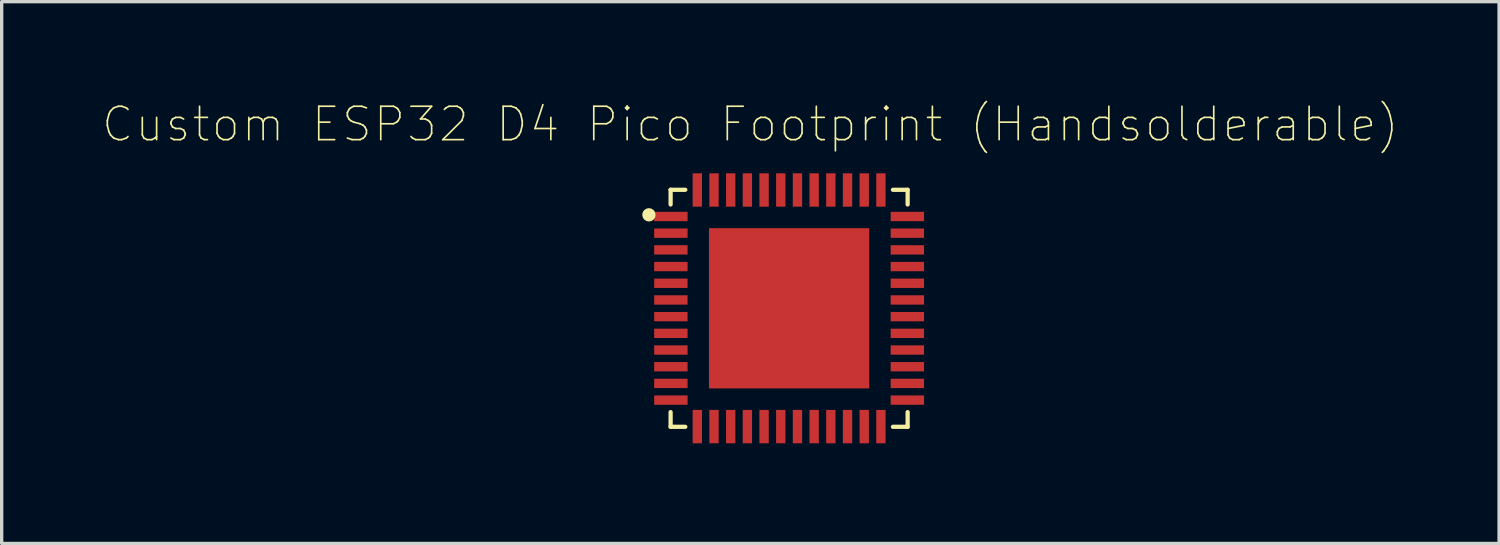
<source format=kicad_pcb>
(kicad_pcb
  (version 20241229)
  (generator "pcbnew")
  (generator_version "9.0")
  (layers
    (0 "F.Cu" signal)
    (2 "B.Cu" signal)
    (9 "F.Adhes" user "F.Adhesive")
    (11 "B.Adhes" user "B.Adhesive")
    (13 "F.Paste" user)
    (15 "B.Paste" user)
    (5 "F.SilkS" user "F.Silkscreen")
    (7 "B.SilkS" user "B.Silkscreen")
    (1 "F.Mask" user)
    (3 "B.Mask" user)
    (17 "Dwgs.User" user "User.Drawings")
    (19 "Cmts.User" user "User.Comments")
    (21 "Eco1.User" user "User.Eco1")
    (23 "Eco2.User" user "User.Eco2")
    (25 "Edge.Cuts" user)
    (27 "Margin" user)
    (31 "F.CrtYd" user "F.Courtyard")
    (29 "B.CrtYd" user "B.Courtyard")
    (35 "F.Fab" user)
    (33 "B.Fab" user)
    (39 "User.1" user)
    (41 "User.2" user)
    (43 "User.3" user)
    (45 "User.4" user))
  (footprint "Custom ESP32 D4 Pico Footprint (Handsolderable)"
    (layer "F.Cu")
    (at 20.588 6.185)
    (property "Reference" "Custom ESP32 D4 Pico Footprint (Handsolderable)" (at -1.161 -5.512 0) (layer "F.SilkS") (effects (font (size 1 1) (thickness 0.05))))
    (attr smd)
    (fp_line (start -3.55 -3.55) (end -3.11 -3.55) (stroke (width 0.127) (type solid)) (layer "F.SilkS"))
    (fp_line (start -3.55 -3.11) (end -3.55 -3.55) (stroke (width 0.127) (type solid)) (layer "F.SilkS"))
    (fp_line (start -3.55 3.11) (end -3.55 3.55) (stroke (width 0.127) (type solid)) (layer "F.SilkS"))
    (fp_line (start -3.55 3.55) (end -3.11 3.55) (stroke (width 0.127) (type solid)) (layer "F.SilkS"))
    (fp_line (start 3.55 -3.55) (end 3.11 -3.55) (stroke (width 0.127) (type solid)) (layer "F.SilkS"))
    (fp_line (start 3.55 -3.11) (end 3.55 -3.55) (stroke (width 0.127) (type solid)) (layer "F.SilkS"))
    (fp_line (start 3.55 3.11) (end 3.55 3.55) (stroke (width 0.127) (type solid)) (layer "F.SilkS"))
    (fp_line (start 3.55 3.55) (end 3.11 3.55) (stroke (width 0.127) (type solid)) (layer "F.SilkS"))
    (fp_circle (center -4.2 -2.8) (end -4.1 -2.8) (stroke (width 0.2) (type solid)) (fill no) (layer "F.SilkS"))
    (fp_poly (pts (xy -2.305 -2.305) (xy -0.395 -2.305) (xy -0.395 -0.395) (xy -2.305 -0.395)) (stroke (width 0) (type solid)) (fill yes) (layer "F.Paste"))
    (fp_poly (pts (xy -2.305 0.395) (xy -0.395 0.395) (xy -0.395 2.305) (xy -2.305 2.305)) (stroke (width 0) (type solid)) (fill yes) (layer "F.Paste"))
    (fp_poly (pts (xy 0.395 -2.305) (xy 2.305 -2.305) (xy 2.305 -0.395) (xy 0.395 -0.395)) (stroke (width 0) (type solid)) (fill yes) (layer "F.Paste"))
    (fp_poly (pts (xy 0.395 0.395) (xy 2.305 0.395) (xy 2.305 2.305) (xy 0.395 2.305)) (stroke (width 0) (type solid)) (fill yes) (layer "F.Paste"))
    (fp_line (start -3.75 -3.75) (end -3.75 3.75) (stroke (width 0.05) (type solid)) (layer "Eco1.User"))
    (fp_line (start -3.75 3.75) (end 3.75 3.75) (stroke (width 0.05) (type solid)) (layer "Eco1.User"))
    (fp_line (start 3.75 -3.75) (end -3.75 -3.75) (stroke (width 0.05) (type solid)) (layer "Eco1.User"))
    (fp_line (start 3.75 3.75) (end 3.75 -3.75) (stroke (width 0.05) (type solid)) (layer "Eco1.User"))
    (fp_line (start -3.55 -3.55) (end 3.55 -3.55) (stroke (width 0.127) (type solid)) (layer "Eco2.User"))
    (fp_line (start -3.55 3.55) (end -3.55 -3.55) (stroke (width 0.127) (type solid)) (layer "Eco2.User"))
    (fp_line (start 3.55 -3.55) (end 3.55 3.55) (stroke (width 0.127) (type solid)) (layer "Eco2.User"))
    (fp_line (start 3.55 3.55) (end -3.55 3.55) (stroke (width 0.127) (type solid)) (layer "Eco2.User"))
    (fp_circle (center -4.2 -2.8) (end -4.1 -2.8) (stroke (width 0.2) (type solid)) (fill no) (layer "Eco2.User"))
    (pad "1" smd rect (at -3.542 -2.75) (size 1 0.28) (layers "F.Cu" "F.Mask" "F.Paste"))
    (pad "2" smd rect (at -3.542 -2.25) (size 1 0.28) (layers "F.Cu" "F.Mask" "F.Paste"))
    (pad "3" smd rect (at -3.542 -1.75) (size 1 0.28) (layers "F.Cu" "F.Mask" "F.Paste"))
    (pad "4" smd rect (at -3.542 -1.25) (size 1 0.28) (layers "F.Cu" "F.Mask" "F.Paste"))
    (pad "5" smd rect (at -3.542 -0.75) (size 1 0.28) (layers "F.Cu" "F.Mask" "F.Paste"))
    (pad "6" smd rect (at -3.542 -0.25) (size 1 0.28) (layers "F.Cu" "F.Mask" "F.Paste"))
    (pad "7" smd rect (at -3.542 0.25) (size 1 0.28) (layers "F.Cu" "F.Mask" "F.Paste"))
    (pad "8" smd rect (at -3.542 0.75) (size 1 0.28) (layers "F.Cu" "F.Mask" "F.Paste"))
    (pad "9" smd rect (at -3.542 1.25) (size 1 0.28) (layers "F.Cu" "F.Mask" "F.Paste"))
    (pad "10" smd rect (at -3.542 1.75) (size 1 0.28) (layers "F.Cu" "F.Mask" "F.Paste"))
    (pad "11" smd rect (at -3.542 2.25) (size 1 0.28) (layers "F.Cu" "F.Mask" "F.Paste"))
    (pad "12" smd rect (at -3.542 2.75) (size 1 0.28) (layers "F.Cu" "F.Mask" "F.Paste"))
    (pad "13" smd rect (at -2.75 3.544 270) (size 1 0.28) (layers "F.Cu" "F.Mask" "F.Paste"))
    (pad "14" smd rect (at -2.25 3.544 270) (size 1 0.28) (layers "F.Cu" "F.Mask" "F.Paste"))
    (pad "15" smd rect (at -1.75 3.544 270) (size 1 0.28) (layers "F.Cu" "F.Mask" "F.Paste"))
    (pad "16" smd rect (at -1.25 3.544 270) (size 1 0.28) (layers "F.Cu" "F.Mask" "F.Paste"))
    (pad "17" smd rect (at -0.75 3.544 270) (size 1 0.28) (layers "F.Cu" "F.Mask" "F.Paste"))
    (pad "18" smd rect (at -0.25 3.544 270) (size 1 0.28) (layers "F.Cu" "F.Mask" "F.Paste"))
    (pad "19" smd rect (at 0.25 3.544 270) (size 1 0.28) (layers "F.Cu" "F.Mask" "F.Paste"))
    (pad "20" smd rect (at 0.75 3.544 270) (size 1 0.28) (layers "F.Cu" "F.Mask" "F.Paste"))
    (pad "21" smd rect (at 1.25 3.544 270) (size 1 0.28) (layers "F.Cu" "F.Mask" "F.Paste"))
    (pad "22" smd rect (at 1.75 3.544 270) (size 1 0.28) (layers "F.Cu" "F.Mask" "F.Paste"))
    (pad "23" smd rect (at 2.25 3.544 270) (size 1 0.28) (layers "F.Cu" "F.Mask" "F.Paste"))
    (pad "24" smd rect (at 2.75 3.544 270) (size 1 0.28) (layers "F.Cu" "F.Mask" "F.Paste"))
    (pad "25" smd rect (at 3.542 2.75 180) (size 1 0.28) (layers "F.Cu" "F.Mask" "F.Paste"))
    (pad "26" smd rect (at 3.542 2.25 180) (size 1 0.28) (layers "F.Cu" "F.Mask" "F.Paste"))
    (pad "27" smd rect (at 3.542 1.75 180) (size 1 0.28) (layers "F.Cu" "F.Mask" "F.Paste"))
    (pad "28" smd rect (at 3.542 1.25 180) (size 1 0.28) (layers "F.Cu" "F.Mask" "F.Paste"))
    (pad "29" smd rect (at 3.542 0.75 180) (size 1 0.28) (layers "F.Cu" "F.Mask" "F.Paste"))
    (pad "30" smd rect (at 3.542 0.25 180) (size 1 0.28) (layers "F.Cu" "F.Mask" "F.Paste"))
    (pad "31" smd rect (at 3.542 -0.25 180) (size 1 0.28) (layers "F.Cu" "F.Mask" "F.Paste"))
    (pad "32" smd rect (at 3.542 -0.75 180) (size 1 0.28) (layers "F.Cu" "F.Mask" "F.Paste"))
    (pad "33" smd rect (at 3.542 -1.25 180) (size 1 0.28) (layers "F.Cu" "F.Mask" "F.Paste"))
    (pad "34" smd rect (at 3.542 -1.75 180) (size 1 0.28) (layers "F.Cu" "F.Mask" "F.Paste"))
    (pad "35" smd rect (at 3.542 -2.25 180) (size 1 0.28) (layers "F.Cu" "F.Mask" "F.Paste"))
    (pad "36" smd rect (at 3.542 -2.75 180) (size 1 0.28) (layers "F.Cu" "F.Mask" "F.Paste"))
    (pad "37" smd rect (at 2.75 -3.544 90) (size 1 0.28) (layers "F.Cu" "F.Mask" "F.Paste"))
    (pad "38" smd rect (at 2.25 -3.544 90) (size 1 0.28) (layers "F.Cu" "F.Mask" "F.Paste"))
    (pad "39" smd rect (at 1.75 -3.544 90) (size 1 0.28) (layers "F.Cu" "F.Mask" "F.Paste"))
    (pad "40" smd rect (at 1.25 -3.544 90) (size 1 0.28) (layers "F.Cu" "F.Mask" "F.Paste"))
    (pad "41" smd rect (at 0.75 -3.544 90) (size 1 0.28) (layers "F.Cu" "F.Mask" "F.Paste"))
    (pad "42" smd rect (at 0.25 -3.544 90) (size 1 0.28) (layers "F.Cu" "F.Mask" "F.Paste"))
    (pad "43" smd rect (at -0.25 -3.544 90) (size 1 0.28) (layers "F.Cu" "F.Mask" "F.Paste"))
    (pad "44" smd rect (at -0.75 -3.544 90) (size 1 0.28) (layers "F.Cu" "F.Mask" "F.Paste"))
    (pad "45" smd rect (at -1.25 -3.544 90) (size 1 0.28) (layers "F.Cu" "F.Mask" "F.Paste"))
    (pad "46" smd rect (at -1.75 -3.544 90) (size 1 0.28) (layers "F.Cu" "F.Mask" "F.Paste"))
    (pad "47" smd rect (at -2.25 -3.544 90) (size 1 0.28) (layers "F.Cu" "F.Mask" "F.Paste"))
    (pad "48" smd rect (at -2.75 -3.544 90) (size 1 0.28) (layers "F.Cu" "F.Mask" "F.Paste"))
    (pad "49" smd rect (at 0 0) (size 4.8 4.8) (layers "F.Cu" "F.Mask" "F.Paste")))
  (gr_rect
    (start -3 -3)
    (end 41.855 13.229)
    (stroke (width 0.1) (type default))
    (fill no)
    (layer "Edge.Cuts")))
</source>
